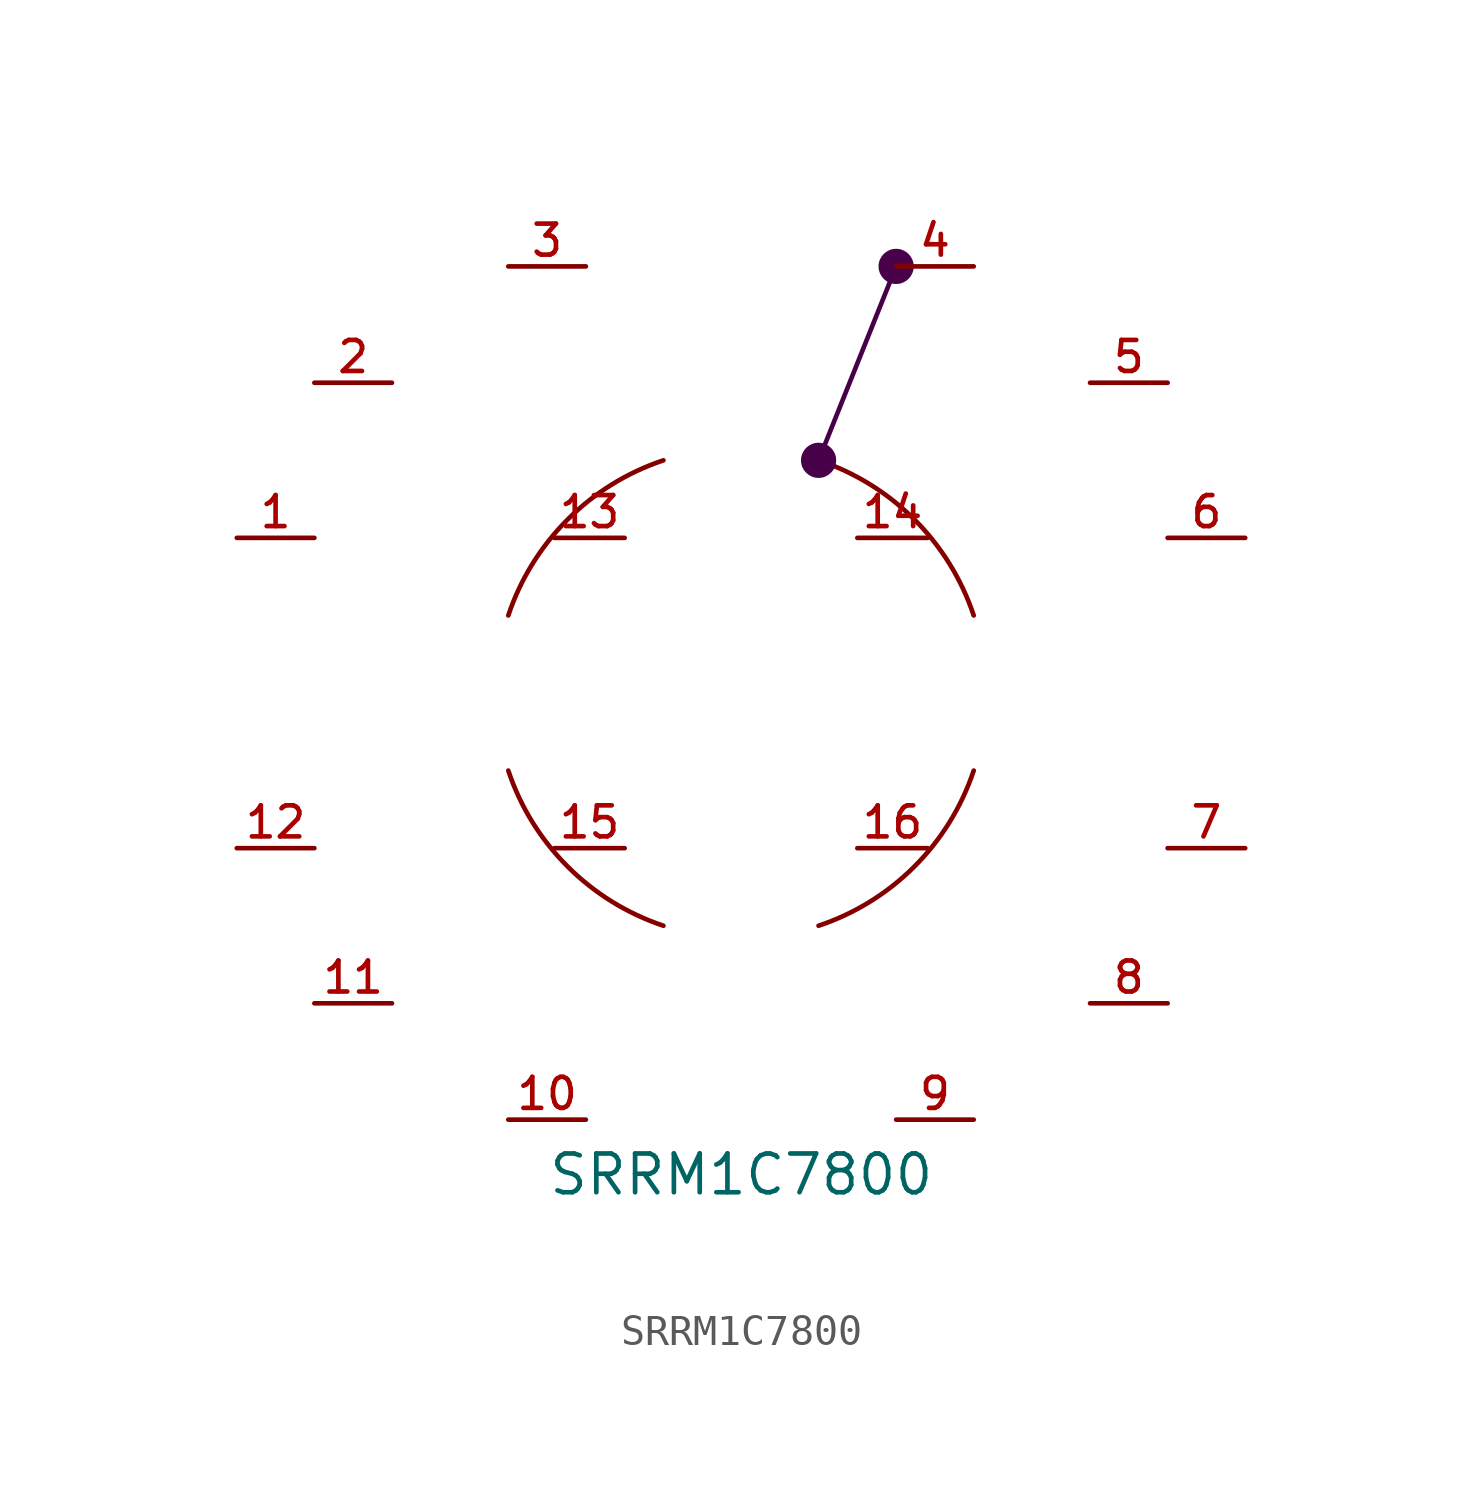
<source format=kicad_sym>
(kicad_symbol_lib
  (version 20241209)
  (generator "kicad_symbol_editor")
  (generator_version "9.0")
  (symbol "SRRM1C7800"
    (pin_names
      (offset 1.016))
    (property "Reference" "S"
      (at -5.08 16.51 0)
      (effects (font (size 1.27 1.27)) (justify left bottom) (hide yes)))
    (property "Value" "SRRM1C7800"
      (at -73.66 -16.51 0)
      (effects (font (size 1.27 1.27)) (justify left bottom)))
    (symbol "SRRM1C7800_0_0"
      (pin passive line (at -83.82 5.08 0) (length 2.54) (name "~" (effects (font (size 1.016 1.016)))) (number "1" (effects (font (size 1.016 1.016)))))
      (pin passive line (at -83.82 -5.08 0) (length 2.54) (name "~" (effects (font (size 1.016 1.016)))) (number "12" (effects (font (size 1.016 1.016)))))
      (pin passive line (at -81.28 10.16 0) (length 2.54) (name "~" (effects (font (size 1.016 1.016)))) (number "2" (effects (font (size 1.016 1.016)))))
      (pin passive line (at -81.28 -10.16 0) (length 2.54) (name "~" (effects (font (size 1.016 1.016)))) (number "11" (effects (font (size 1.016 1.016)))))
      (pin passive line (at -74.93 13.97 0) (length 2.54) (name "~" (effects (font (size 1.016 1.016)))) (number "3" (effects (font (size 1.016 1.016)))))
      (pin passive line (at -74.93 -13.97 0) (length 2.54) (name "~" (effects (font (size 1.016 1.016)))) (number "10" (effects (font (size 1.016 1.016)))))
      (pin passive line (at -59.69 13.97 180) (length 2.54) (name "~" (effects (font (size 1.016 1.016)))) (number "4" (effects (font (size 1.016 1.016)))))
      (pin passive line (at -59.69 -13.97 180) (length 2.54) (name "~" (effects (font (size 1.016 1.016)))) (number "9" (effects (font (size 1.016 1.016)))))
      (pin passive line (at -53.34 10.16 180) (length 2.54) (name "~" (effects (font (size 1.016 1.016)))) (number "5" (effects (font (size 1.016 1.016)))))
      (pin passive line (at -53.34 -10.16 180) (length 2.54) (name "~" (effects (font (size 1.016 1.016)))) (number "8" (effects (font (size 1.016 1.016)))))
      (pin passive line (at -50.8 5.08 180) (length 2.54) (name "~" (effects (font (size 1.016 1.016)))) (number "6" (effects (font (size 1.016 1.016)))))
      (pin passive line (at -50.8 -5.08 180) (length 2.54) (name "~" (effects (font (size 1.016 1.016)))) (number "7" (effects (font (size 1.016 1.016))))))
    (symbol "SRRM1C7800_0_1"
      (arc (start -74.93 2.54) (mid -72.9896 5.6796) (end -69.85 7.62) (stroke (width 0) (type default)) (fill (type none)))
      (arc (start -69.8501 -7.6201) (mid -72.9897 -5.6797) (end -74.9301 -2.5401) (stroke (width 0) (type default)) (fill (type none)))
      (arc (start -64.7699 7.6201) (mid -61.6303 5.6797) (end -59.6899 2.5401) (stroke (width 0) (type default)) (fill (type none)))
      (arc (start -59.6899 -2.5401) (mid -61.6303 -5.6797) (end -64.7699 -7.6201) (stroke (width 0) (type default)) (fill (type none))))
    (symbol "SRRM1C7800_1_0"
      (pin passive line (at -71.12 5.08 180) (length 2.3) (name "~" (effects (font (size 1.016 1.016)))) (number "13" (effects (font (size 1.016 1.016)))))
      (pin passive line (at -71.12 -5.08 180) (length 2.3) (name "~" (effects (font (size 1.016 1.016)))) (number "15" (effects (font (size 1.016 1.016)))))
      (pin passive line (at -63.5 5.08 0) (length 2.3) (name "~" (effects (font (size 1.016 1.016)))) (number "14" (effects (font (size 1.016 1.016)))))
      (pin passive line (at -63.5 -5.08 0) (length 2.3) (name "~" (effects (font (size 1.016 1.016)))) (number "16" (effects (font (size 1.016 1.016))))))
    (symbol "SRRM1C7800_1_1"
      (circle (center -64.77 7.62) (radius 0.5) (stroke (width 0) (type solid) (color 72 0 72 1)) (fill (type outline)))
      (polyline (pts (xy -64.77 7.62) (xy -62.23 13.97)) (stroke (width 0) (type solid) (color 72 0 72 1)) (fill (type none)))
      (circle (center -62.23 13.97) (radius 0.5) (stroke (width 0) (type solid) (color 72 0 72 1)) (fill (type outline))))))
</source>
